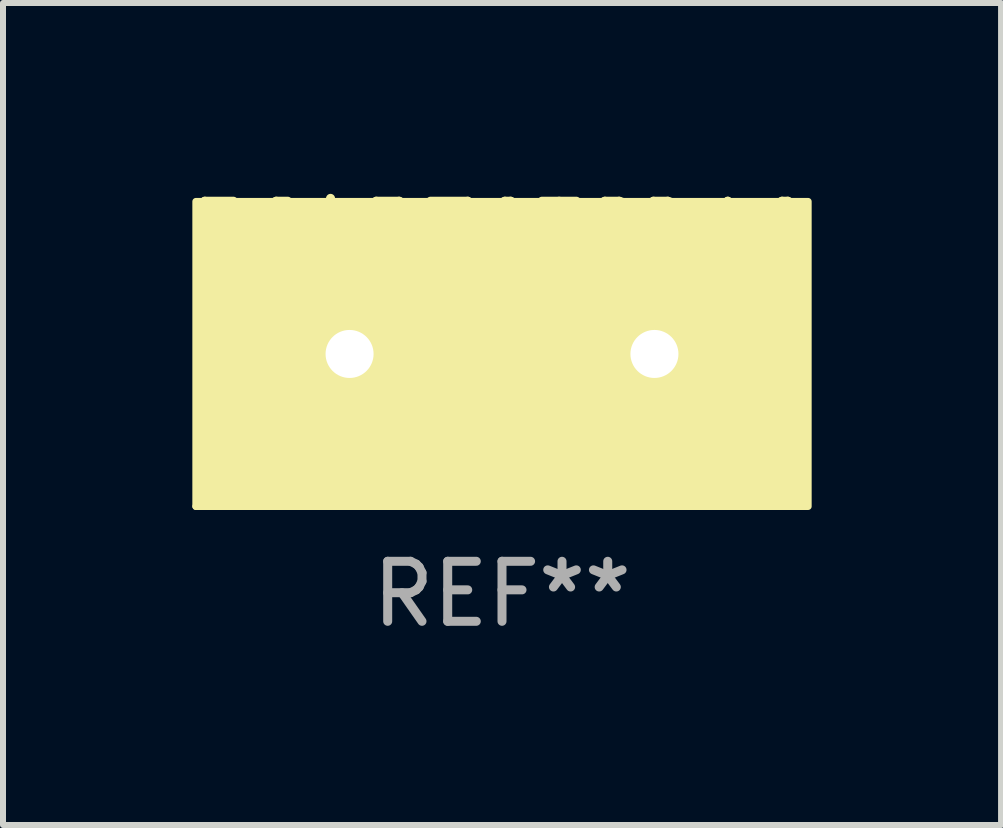
<source format=kicad_pcb>
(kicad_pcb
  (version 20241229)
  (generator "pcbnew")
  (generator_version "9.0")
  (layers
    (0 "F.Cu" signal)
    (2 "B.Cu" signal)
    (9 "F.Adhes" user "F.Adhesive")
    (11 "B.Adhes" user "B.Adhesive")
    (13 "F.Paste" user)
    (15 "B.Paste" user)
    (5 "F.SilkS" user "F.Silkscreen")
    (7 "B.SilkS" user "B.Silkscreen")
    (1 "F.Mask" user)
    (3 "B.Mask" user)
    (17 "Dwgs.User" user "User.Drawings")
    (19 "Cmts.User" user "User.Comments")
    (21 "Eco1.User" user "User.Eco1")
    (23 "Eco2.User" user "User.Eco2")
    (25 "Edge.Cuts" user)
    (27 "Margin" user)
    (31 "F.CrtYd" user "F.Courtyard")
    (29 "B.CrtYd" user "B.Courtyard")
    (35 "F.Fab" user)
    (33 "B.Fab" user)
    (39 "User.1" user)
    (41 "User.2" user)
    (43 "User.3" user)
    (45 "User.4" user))
  (footprint "564R30TSD10"
    (layer "F.Cu")
    (at 5.315 2.848)
    (property "Reference" "564R30TSD10" (at 0 -2 0) (layer "F.SilkS") (effects (font (size 1 1) (thickness 0.15))))
    (attr through_hole)
    (fp_circle (center -5.1 2.54) (end -5.07 2.54) (stroke (width 0.06) (type solid)) (fill no) (layer "F.SilkS"))
    (fp_poly (pts (xy -5.1 -2.54) (xy 5.1 -2.54) (xy 5.1 2.54) (xy -5.1 2.54)) (stroke (width 0.12) (type solid)) (fill yes) (layer "F.SilkS"))
    (fp_text user "REF**" (at 0 4 0) (layer "F.Fab") (effects (font (size 1 1) (thickness 0.15))))
    (pad "1" thru_hole circle (at -2.54 0) (size 1.4 1.4) (drill 0.8) (layers "*.Cu" "*.Mask"))
    (pad "2" thru_hole circle (at 2.54 0) (size 1.4 1.4) (drill 0.8) (layers "*.Cu" "*.Mask")))
  (gr_rect
    (start -3 -3)
    (end 13.631 10.697)
    (stroke (width 0.1) (type default))
    (fill no)
    (layer "Edge.Cuts")))
</source>
